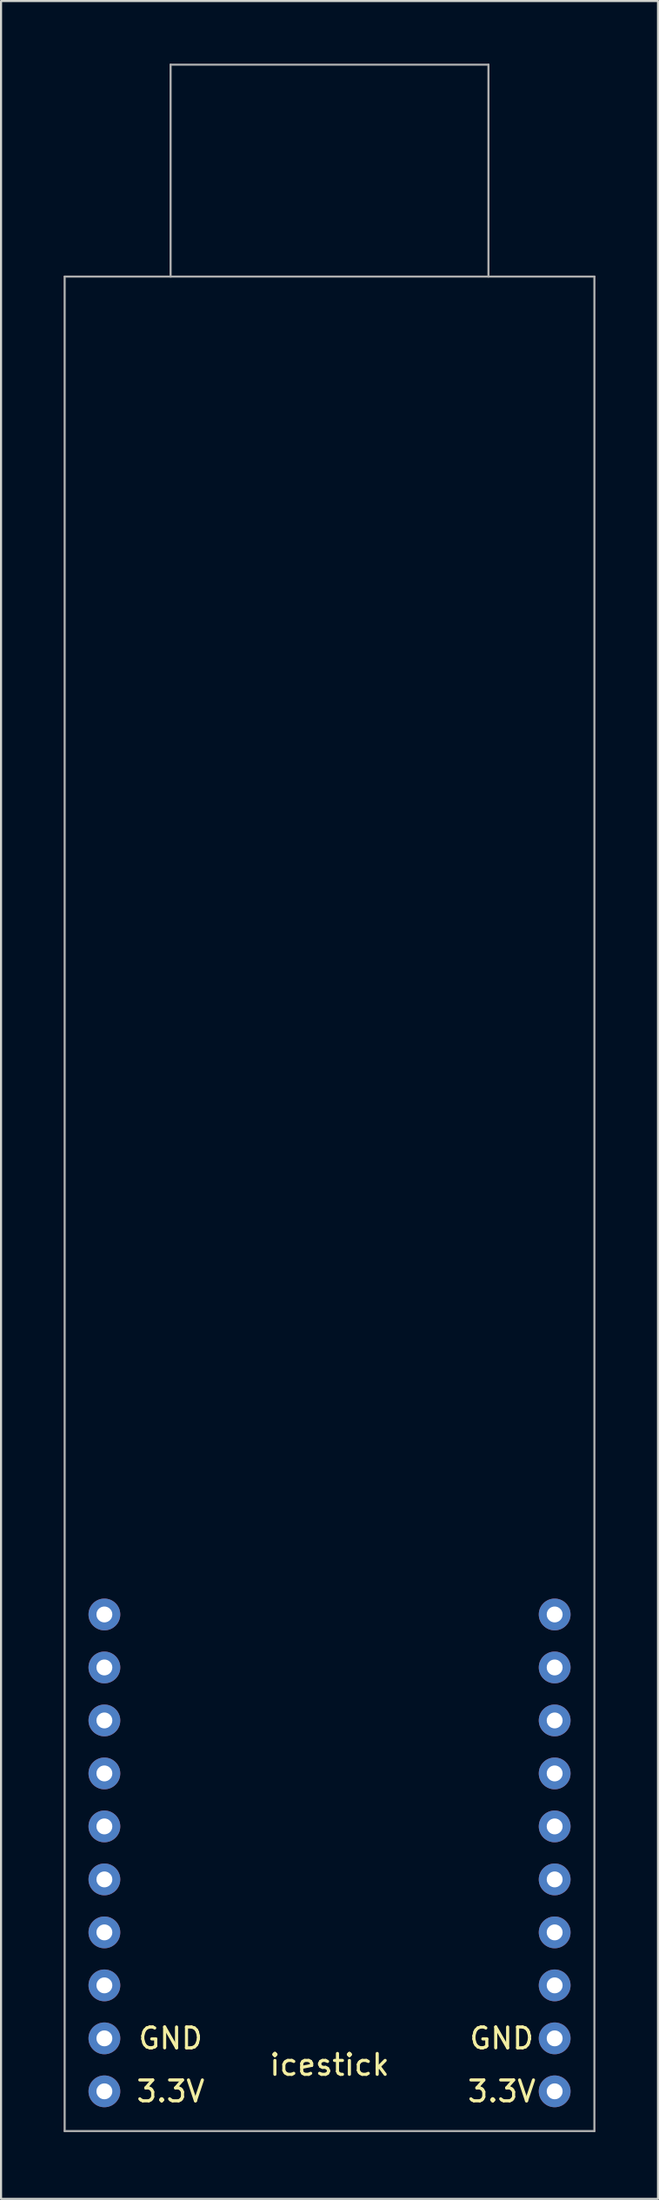
<source format=kicad_pcb>
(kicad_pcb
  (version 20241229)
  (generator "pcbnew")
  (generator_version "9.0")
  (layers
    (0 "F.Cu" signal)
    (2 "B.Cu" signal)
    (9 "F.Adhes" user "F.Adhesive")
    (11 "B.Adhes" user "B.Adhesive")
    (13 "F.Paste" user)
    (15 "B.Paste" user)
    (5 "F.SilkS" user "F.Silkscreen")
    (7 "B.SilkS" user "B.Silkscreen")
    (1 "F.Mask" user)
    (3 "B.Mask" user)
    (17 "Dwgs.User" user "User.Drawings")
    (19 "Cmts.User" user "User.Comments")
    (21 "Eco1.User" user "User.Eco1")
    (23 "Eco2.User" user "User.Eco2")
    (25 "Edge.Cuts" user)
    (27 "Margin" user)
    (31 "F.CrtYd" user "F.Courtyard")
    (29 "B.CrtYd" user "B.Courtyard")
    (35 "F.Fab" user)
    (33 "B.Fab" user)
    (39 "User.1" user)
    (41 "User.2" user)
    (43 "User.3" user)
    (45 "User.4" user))
  (footprint "icestick"
    (layer "F.Cu")
    (at 12.75 99.11)
    (property "Reference" "icestick" (at 0 -3.175 0) (layer "F.SilkS") (effects (font (size 1 1) (thickness 0.15))))
    (attr through_hole)
    (fp_line (start -12.7 -88.9) (end -12.7 0) (stroke (width 0.1) (type solid)) (layer "F.Fab"))
    (fp_line (start -12.7 0) (end 12.7 0) (stroke (width 0.1) (type solid)) (layer "F.Fab"))
    (fp_line (start -7.62 -99.06) (end 7.62 -99.06) (stroke (width 0.1) (type solid)) (layer "F.Fab"))
    (fp_line (start -7.62 -88.9) (end -7.62 -99.06) (stroke (width 0.1) (type solid)) (layer "F.Fab"))
    (fp_line (start 7.62 -99.06) (end 7.62 -88.9) (stroke (width 0.1) (type solid)) (layer "F.Fab"))
    (fp_line (start 12.7 -88.9) (end -12.7 -88.9) (stroke (width 0.1) (type solid)) (layer "F.Fab"))
    (fp_line (start 12.7 0) (end 12.7 -88.9) (stroke (width 0.1) (type solid)) (layer "F.Fab"))
    (fp_text user "3.3V" (at 8.255 -1.905 0) (layer "F.SilkS") (effects (font (size 1 1) (thickness 0.15))))
    (fp_text user "3.3V" (at -7.62 -1.905 0) (layer "F.SilkS") (effects (font (size 1 1) (thickness 0.15))))
    (fp_text user "GND" (at 8.255 -4.445 0) (layer "F.SilkS") (effects (font (size 1 1) (thickness 0.15))))
    (fp_text user "GND" (at -7.62 -4.445 0) (layer "F.SilkS") (effects (font (size 1 1) (thickness 0.15))))
    (pad "1" thru_hole circle (at -10.795 -24.765) (size 1.524 1.524) (drill 0.762) (layers "*.Cu" "*.Mask"))
    (pad "2" thru_hole circle (at -10.795 -22.225) (size 1.524 1.524) (drill 0.762) (layers "*.Cu" "*.Mask"))
    (pad "3" thru_hole circle (at -10.795 -19.685) (size 1.524 1.524) (drill 0.762) (layers "*.Cu" "*.Mask"))
    (pad "4" thru_hole circle (at -10.795 -17.145) (size 1.524 1.524) (drill 0.762) (layers "*.Cu" "*.Mask"))
    (pad "5" thru_hole circle (at -10.795 -14.605) (size 1.524 1.524) (drill 0.762) (layers "*.Cu" "*.Mask"))
    (pad "6" thru_hole circle (at -10.795 -12.065) (size 1.524 1.524) (drill 0.762) (layers "*.Cu" "*.Mask"))
    (pad "7" thru_hole circle (at -10.795 -9.525) (size 1.524 1.524) (drill 0.762) (layers "*.Cu" "*.Mask"))
    (pad "8" thru_hole circle (at -10.795 -6.985) (size 1.524 1.524) (drill 0.762) (layers "*.Cu" "*.Mask"))
    (pad "9" thru_hole circle (at -10.795 -4.445) (size 1.524 1.524) (drill 0.762) (layers "*.Cu" "*.Mask"))
    (pad "10" thru_hole circle (at -10.795 -1.905) (size 1.524 1.524) (drill 0.762) (layers "*.Cu" "*.Mask"))
    (pad "11" thru_hole circle (at 10.795 -24.765) (size 1.524 1.524) (drill 0.762) (layers "*.Cu" "*.Mask"))
    (pad "12" thru_hole circle (at 10.795 -22.225) (size 1.524 1.524) (drill 0.762) (layers "*.Cu" "*.Mask"))
    (pad "13" thru_hole circle (at 10.795 -19.685) (size 1.524 1.524) (drill 0.762) (layers "*.Cu" "*.Mask"))
    (pad "14" thru_hole circle (at 10.795 -17.145) (size 1.524 1.524) (drill 0.762) (layers "*.Cu" "*.Mask"))
    (pad "15" thru_hole circle (at 10.795 -14.605) (size 1.524 1.524) (drill 0.762) (layers "*.Cu" "*.Mask"))
    (pad "16" thru_hole circle (at 10.795 -12.065) (size 1.524 1.524) (drill 0.762) (layers "*.Cu" "*.Mask"))
    (pad "17" thru_hole circle (at 10.795 -9.525) (size 1.524 1.524) (drill 0.762) (layers "*.Cu" "*.Mask"))
    (pad "18" thru_hole circle (at 10.795 -6.985) (size 1.524 1.524) (drill 0.762) (layers "*.Cu" "*.Mask"))
    (pad "19" thru_hole circle (at 10.795 -4.445) (size 1.524 1.524) (drill 0.762) (layers "*.Cu" "*.Mask"))
    (pad "20" thru_hole circle (at 10.795 -1.905) (size 1.524 1.524) (drill 0.762) (layers "*.Cu" "*.Mask")))
  (gr_rect
    (start -3 -3)
    (end 28.5 102.36)
    (stroke (width 0.1) (type default))
    (fill no)
    (layer "Edge.Cuts")))
</source>
